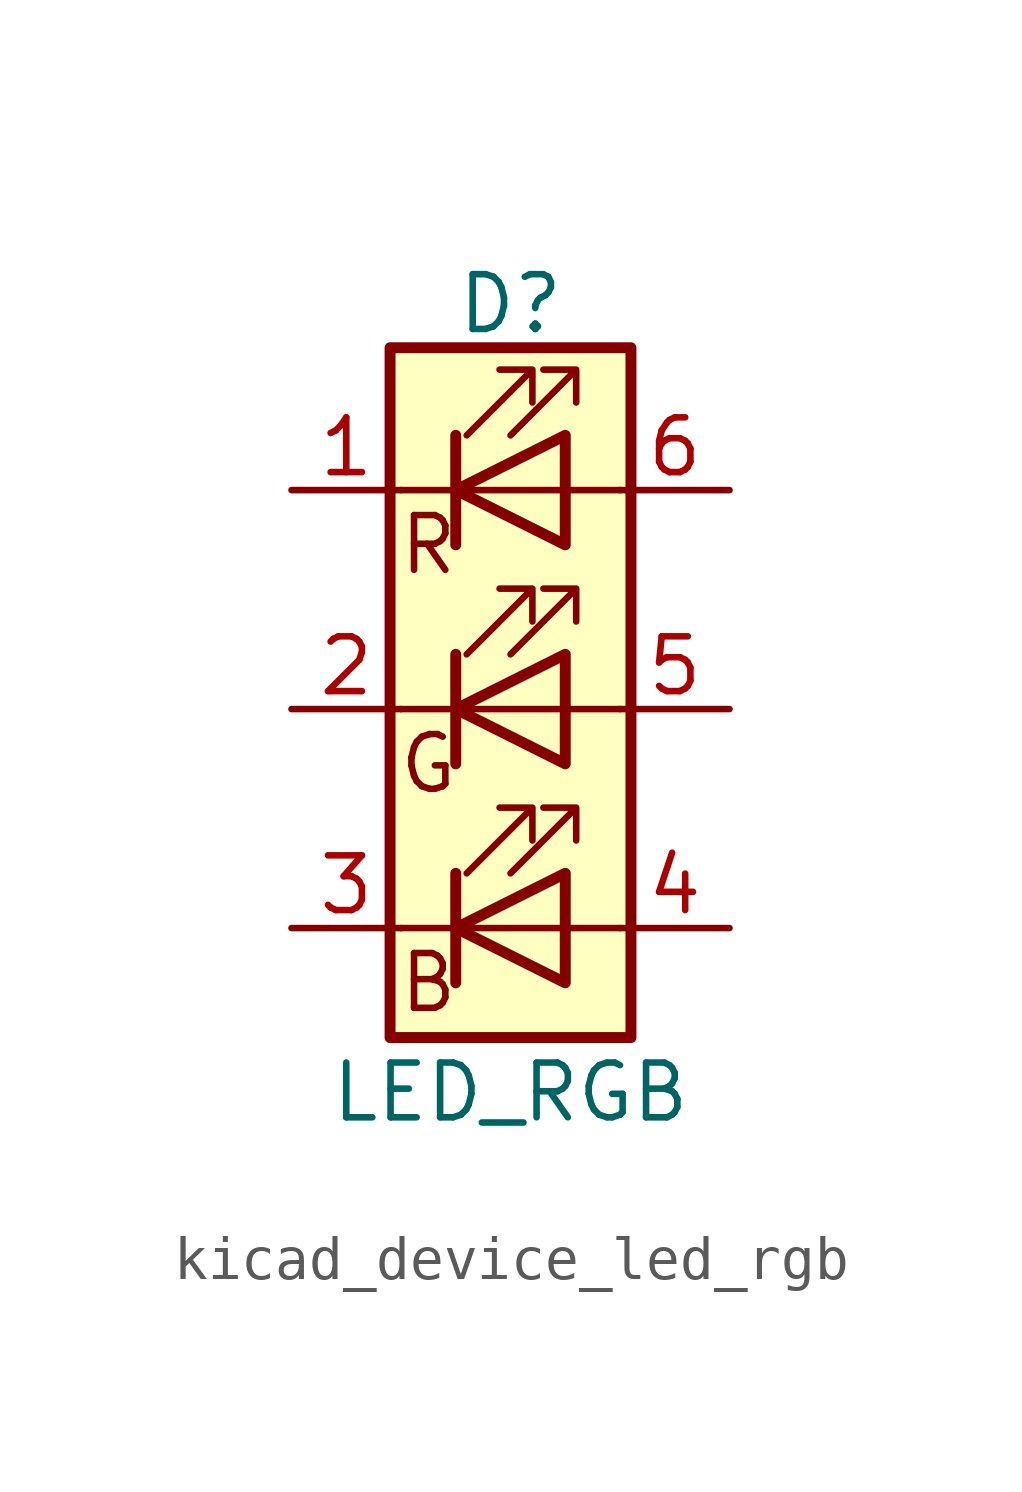
<source format=kicad_sym>
(kicad_symbol_lib
  (version 20220914)
  (generator kicad_symbol_editor)
  (symbol "kicad_device_led_rgb"
    (pin_names
      (offset 0) hide)
    (property "Reference" "D"
      (at 0 9.398 0)
      (effects (font (size 1.27 1.27))))
    (property "Value" "LED_RGB"
      (at 0 -8.89 0)
      (effects (font (size 1.27 1.27))))
    (symbol "kicad_device_led_rgb_0_0"
      (text "B" (at -1.905 -6.35 0) (effects (font (size 1.27 1.27))))
      (text "G" (at -1.905 -1.27 0) (effects (font (size 1.27 1.27))))
      (text "R" (at -1.905 3.81 0) (effects (font (size 1.27 1.27)))))
    (symbol "kicad_device_led_rgb_0_1"
      (polyline (pts (xy -1.27 -5.08) (xy -2.54 -5.08)) (stroke (width 0) (type default)) (fill (type none)))
      (polyline (pts (xy -1.27 -5.08) (xy 1.27 -5.08)) (stroke (width 0) (type default)) (fill (type none)))
      (polyline (pts (xy -1.27 -3.81) (xy -1.27 -6.35)) (stroke (width 0.254) (type default)) (fill (type none)))
      (polyline (pts (xy -1.27 0) (xy -2.54 0)) (stroke (width 0) (type default)) (fill (type none)))
      (polyline (pts (xy -1.27 1.27) (xy -1.27 -1.27)) (stroke (width 0.254) (type default)) (fill (type none)))
      (polyline (pts (xy -1.27 5.08) (xy -2.54 5.08)) (stroke (width 0) (type default)) (fill (type none)))
      (polyline (pts (xy -1.27 5.08) (xy 1.27 5.08)) (stroke (width 0) (type default)) (fill (type none)))
      (polyline (pts (xy -1.27 6.35) (xy -1.27 3.81)) (stroke (width 0.254) (type default)) (fill (type none)))
      (polyline (pts (xy 1.27 -5.08) (xy 2.54 -5.08)) (stroke (width 0) (type default)) (fill (type none)))
      (polyline (pts (xy 1.27 0) (xy -1.27 0)) (stroke (width 0) (type default)) (fill (type none)))
      (polyline (pts (xy 1.27 0) (xy 2.54 0)) (stroke (width 0) (type default)) (fill (type none)))
      (polyline (pts (xy 1.27 5.08) (xy 2.54 5.08)) (stroke (width 0) (type default)) (fill (type none)))
      (polyline (pts (xy -1.27 1.27) (xy -1.27 -1.27) (xy -1.27 -1.27)) (stroke (width 0) (type default)) (fill (type none)))
      (polyline (pts (xy -1.27 6.35) (xy -1.27 3.81) (xy -1.27 3.81)) (stroke (width 0) (type default)) (fill (type none)))
      (polyline (pts (xy 1.27 -3.81) (xy 1.27 -6.35) (xy -1.27 -5.08) (xy 1.27 -3.81)) (stroke (width 0.254) (type default)) (fill (type none)))
      (polyline (pts (xy 1.27 1.27) (xy 1.27 -1.27) (xy -1.27 0) (xy 1.27 1.27)) (stroke (width 0.254) (type default)) (fill (type none)))
      (polyline (pts (xy 1.27 6.35) (xy 1.27 3.81) (xy -1.27 5.08) (xy 1.27 6.35)) (stroke (width 0.254) (type default)) (fill (type none)))
      (polyline (pts (xy -1.016 -3.81) (xy 0.508 -2.286) (xy -0.254 -2.286) (xy 0.508 -2.286) (xy 0.508 -3.048)) (stroke (width 0) (type default)) (fill (type none)))
      (polyline (pts (xy -1.016 1.27) (xy 0.508 2.794) (xy -0.254 2.794) (xy 0.508 2.794) (xy 0.508 2.032)) (stroke (width 0) (type default)) (fill (type none)))
      (polyline (pts (xy -1.016 6.35) (xy 0.508 7.874) (xy -0.254 7.874) (xy 0.508 7.874) (xy 0.508 7.112)) (stroke (width 0) (type default)) (fill (type none)))
      (polyline (pts (xy 0 -3.81) (xy 1.524 -2.286) (xy 0.762 -2.286) (xy 1.524 -2.286) (xy 1.524 -3.048)) (stroke (width 0) (type default)) (fill (type none)))
      (polyline (pts (xy 0 1.27) (xy 1.524 2.794) (xy 0.762 2.794) (xy 1.524 2.794) (xy 1.524 2.032)) (stroke (width 0) (type default)) (fill (type none)))
      (polyline (pts (xy 0 6.35) (xy 1.524 7.874) (xy 0.762 7.874) (xy 1.524 7.874) (xy 1.524 7.112)) (stroke (width 0) (type default)) (fill (type none)))
      (rectangle (start 1.27 -1.27) (end 1.27 1.27) (stroke (width 0) (type default)) (fill (type none)))
      (rectangle (start 1.27 1.27) (end 1.27 1.27) (stroke (width 0) (type default)) (fill (type none)))
      (rectangle (start 1.27 3.81) (end 1.27 6.35) (stroke (width 0) (type default)) (fill (type none)))
      (rectangle (start 1.27 6.35) (end 1.27 6.35) (stroke (width 0) (type default)) (fill (type none)))
      (rectangle (start 2.794 8.382) (end -2.794 -7.62) (stroke (width 0.254) (type default)) (fill (type background))))
    (symbol "kicad_device_led_rgb_1_1"
      (pin passive line (at -5.08 5.08 0) (length 2.54) (name "RK" (effects (font (size 1.27 1.27)))) (number "1" (effects (font (size 1.27 1.27)))))
      (pin passive line (at -5.08 0 0) (length 2.54) (name "GK" (effects (font (size 1.27 1.27)))) (number "2" (effects (font (size 1.27 1.27)))))
      (pin passive line (at -5.08 -5.08 0) (length 2.54) (name "BK" (effects (font (size 1.27 1.27)))) (number "3" (effects (font (size 1.27 1.27)))))
      (pin passive line (at 5.08 -5.08 180) (length 2.54) (name "BA" (effects (font (size 1.27 1.27)))) (number "4" (effects (font (size 1.27 1.27)))))
      (pin passive line (at 5.08 0 180) (length 2.54) (name "GA" (effects (font (size 1.27 1.27)))) (number "5" (effects (font (size 1.27 1.27)))))
      (pin passive line (at 5.08 5.08 180) (length 2.54) (name "RA" (effects (font (size 1.27 1.27)))) (number "6" (effects (font (size 1.27 1.27))))))))
</source>
